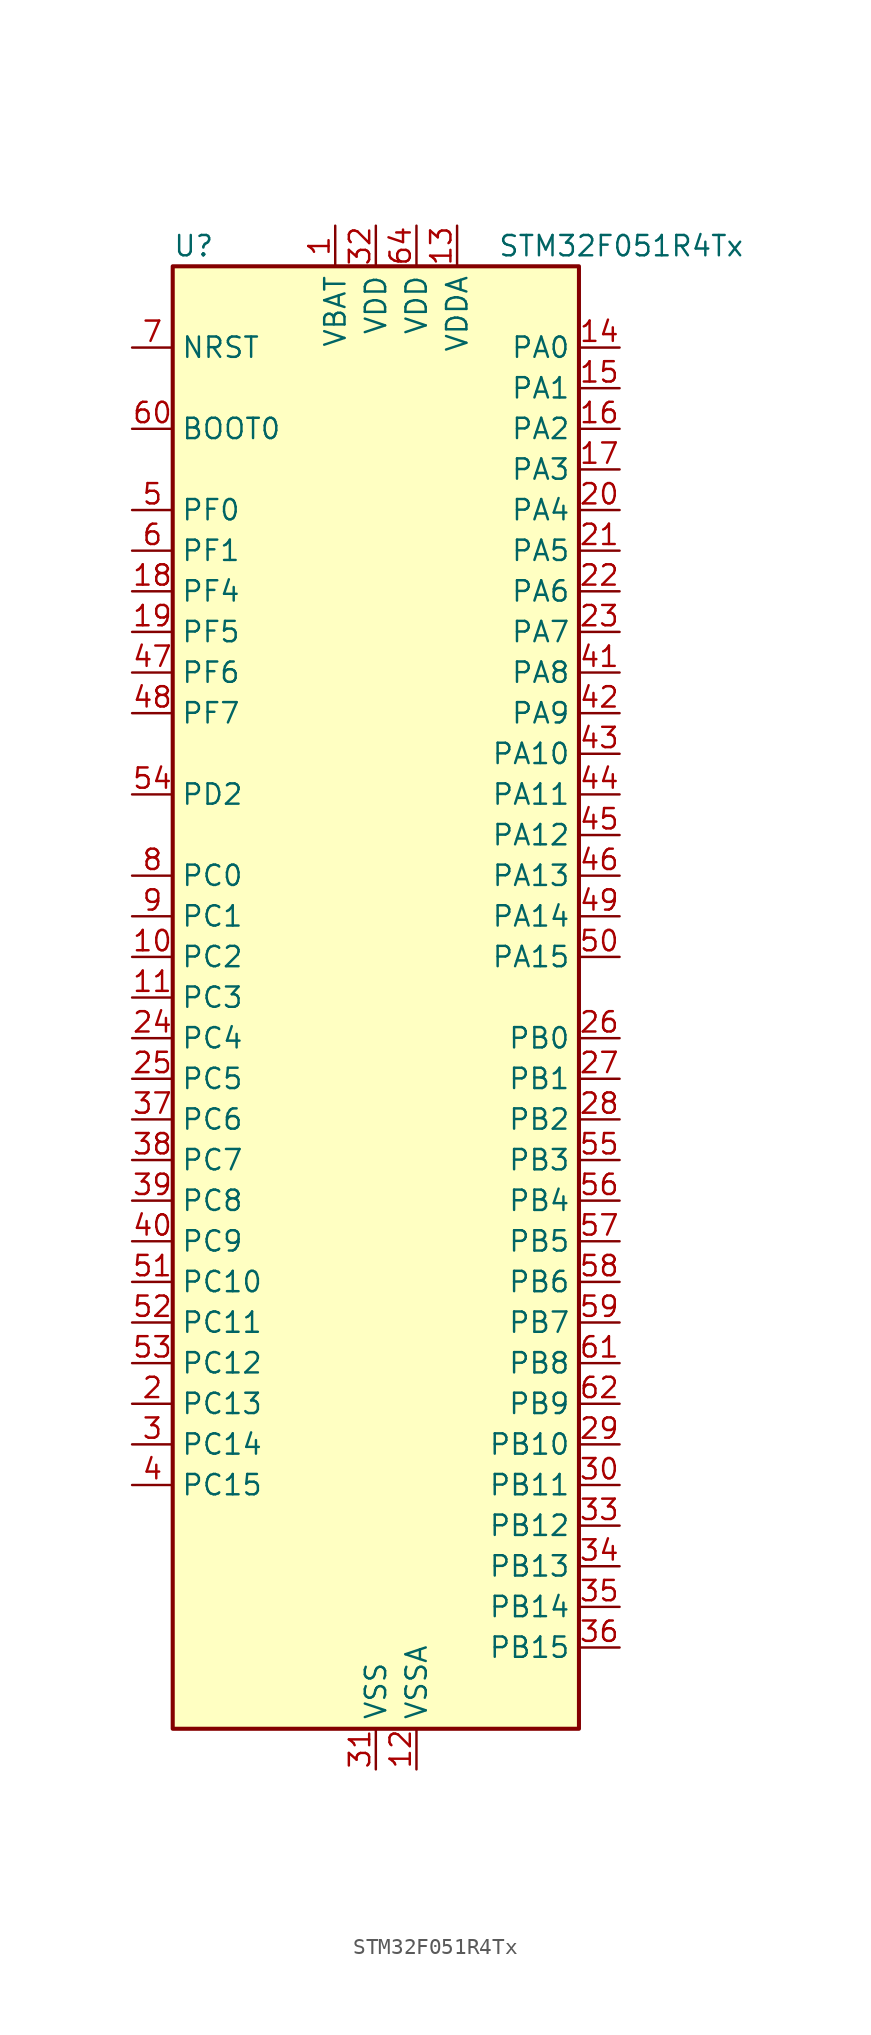
<source format=kicad_sym>
(kicad_symbol_lib
  (version 20241209)
  (generator "kicad_symbol_editor")
  (generator_version "9.0")
  (symbol "STM32F051R4Tx"
    (property "Reference" "U"
      (at -12.7 46.99 0)
      (effects (font (size 1.27 1.27)) (justify left)))
    (property "Value" "STM32F051R4Tx"
      (at 7.62 46.99 0)
      (effects (font (size 1.27 1.27)) (justify left)))
    (symbol "STM32F051R4Tx_0_1"
      (rectangle (start -12.7 -45.72) (end 12.7 45.72) (stroke (width 0.254) (type default)) (fill (type background))))
    (symbol "STM32F051R4Tx_1_1"
      (pin input line (at -15.24 40.64 0) (length 2.54) (name "NRST" (effects (font (size 1.27 1.27)))) (number "7" (effects (font (size 1.27 1.27)))))
      (pin input line (at -15.24 35.56 0) (length 2.54) (name "BOOT0" (effects (font (size 1.27 1.27)))) (number "60" (effects (font (size 1.27 1.27)))))
      (pin bidirectional line (at -15.24 30.48 0) (length 2.54) (name "PF0" (effects (font (size 1.27 1.27)))) (number "5" (effects (font (size 1.27 1.27)))) (alternate "RCC_OSC_IN" bidirectional line))
      (pin bidirectional line (at -15.24 27.94 0) (length 2.54) (name "PF1" (effects (font (size 1.27 1.27)))) (number "6" (effects (font (size 1.27 1.27)))) (alternate "RCC_OSC_OUT" bidirectional line))
      (pin bidirectional line (at -15.24 25.4 0) (length 2.54) (name "PF4" (effects (font (size 1.27 1.27)))) (number "18" (effects (font (size 1.27 1.27)))))
      (pin bidirectional line (at -15.24 22.86 0) (length 2.54) (name "PF5" (effects (font (size 1.27 1.27)))) (number "19" (effects (font (size 1.27 1.27)))))
      (pin bidirectional line (at -15.24 20.32 0) (length 2.54) (name "PF6" (effects (font (size 1.27 1.27)))) (number "47" (effects (font (size 1.27 1.27)))))
      (pin bidirectional line (at -15.24 17.78 0) (length 2.54) (name "PF7" (effects (font (size 1.27 1.27)))) (number "48" (effects (font (size 1.27 1.27)))))
      (pin bidirectional line (at -15.24 12.7 0) (length 2.54) (name "PD2" (effects (font (size 1.27 1.27)))) (number "54" (effects (font (size 1.27 1.27)))) (alternate "TIM3_ETR" bidirectional line))
      (pin bidirectional line (at -15.24 7.62 0) (length 2.54) (name "PC0" (effects (font (size 1.27 1.27)))) (number "8" (effects (font (size 1.27 1.27)))) (alternate "ADC_IN10" bidirectional line))
      (pin bidirectional line (at -15.24 5.08 0) (length 2.54) (name "PC1" (effects (font (size 1.27 1.27)))) (number "9" (effects (font (size 1.27 1.27)))) (alternate "ADC_IN11" bidirectional line))
      (pin bidirectional line (at -15.24 2.54 0) (length 2.54) (name "PC2" (effects (font (size 1.27 1.27)))) (number "10" (effects (font (size 1.27 1.27)))) (alternate "ADC_IN12" bidirectional line))
      (pin bidirectional line (at -15.24 0 0) (length 2.54) (name "PC3" (effects (font (size 1.27 1.27)))) (number "11" (effects (font (size 1.27 1.27)))) (alternate "ADC_IN13" bidirectional line))
      (pin bidirectional line (at -15.24 -2.54 0) (length 2.54) (name "PC4" (effects (font (size 1.27 1.27)))) (number "24" (effects (font (size 1.27 1.27)))) (alternate "ADC_IN14" bidirectional line))
      (pin bidirectional line (at -15.24 -5.08 0) (length 2.54) (name "PC5" (effects (font (size 1.27 1.27)))) (number "25" (effects (font (size 1.27 1.27)))) (alternate "ADC_IN15" bidirectional line) (alternate "TSC_G3_IO1" bidirectional line))
      (pin bidirectional line (at -15.24 -7.62 0) (length 2.54) (name "PC6" (effects (font (size 1.27 1.27)))) (number "37" (effects (font (size 1.27 1.27)))) (alternate "TIM3_CH1" bidirectional line))
      (pin bidirectional line (at -15.24 -10.16 0) (length 2.54) (name "PC7" (effects (font (size 1.27 1.27)))) (number "38" (effects (font (size 1.27 1.27)))) (alternate "TIM3_CH2" bidirectional line))
      (pin bidirectional line (at -15.24 -12.7 0) (length 2.54) (name "PC8" (effects (font (size 1.27 1.27)))) (number "39" (effects (font (size 1.27 1.27)))) (alternate "TIM3_CH3" bidirectional line))
      (pin bidirectional line (at -15.24 -15.24 0) (length 2.54) (name "PC9" (effects (font (size 1.27 1.27)))) (number "40" (effects (font (size 1.27 1.27)))) (alternate "DAC1_EXTI9" bidirectional line) (alternate "TIM3_CH4" bidirectional line))
      (pin bidirectional line (at -15.24 -17.78 0) (length 2.54) (name "PC10" (effects (font (size 1.27 1.27)))) (number "51" (effects (font (size 1.27 1.27)))))
      (pin bidirectional line (at -15.24 -20.32 0) (length 2.54) (name "PC11" (effects (font (size 1.27 1.27)))) (number "52" (effects (font (size 1.27 1.27)))))
      (pin bidirectional line (at -15.24 -22.86 0) (length 2.54) (name "PC12" (effects (font (size 1.27 1.27)))) (number "53" (effects (font (size 1.27 1.27)))))
      (pin bidirectional line (at -15.24 -25.4 0) (length 2.54) (name "PC13" (effects (font (size 1.27 1.27)))) (number "2" (effects (font (size 1.27 1.27)))) (alternate "RTC_OUT_ALARM" bidirectional line) (alternate "RTC_OUT_CALIB" bidirectional line) (alternate "RTC_TAMP1" bidirectional line) (alternate "RTC_TS" bidirectional line) (alternate "SYS_WKUP2" bidirectional line))
      (pin bidirectional line (at -15.24 -27.94 0) (length 2.54) (name "PC14" (effects (font (size 1.27 1.27)))) (number "3" (effects (font (size 1.27 1.27)))) (alternate "RCC_OSC32_IN" bidirectional line))
      (pin bidirectional line (at -15.24 -30.48 0) (length 2.54) (name "PC15" (effects (font (size 1.27 1.27)))) (number "4" (effects (font (size 1.27 1.27)))) (alternate "RCC_OSC32_OUT" bidirectional line))
      (pin power_in line (at -2.54 48.26 270) (length 2.54) (name "VBAT" (effects (font (size 1.27 1.27)))) (number "1" (effects (font (size 1.27 1.27)))))
      (pin power_in line (at 0 48.26 270) (length 2.54) (name "VDD" (effects (font (size 1.27 1.27)))) (number "32" (effects (font (size 1.27 1.27)))))
      (pin power_in line (at 0 -48.26 90) (length 2.54) (name "VSS" (effects (font (size 1.27 1.27)))) (number "31" (effects (font (size 1.27 1.27)))))
      (pin passive line (at 0 -48.26 90) (length 2.54) (hide yes) (name "VSS" (effects (font (size 1.27 1.27)))) (number "63" (effects (font (size 1.27 1.27)))))
      (pin power_in line (at 2.54 48.26 270) (length 2.54) (name "VDD" (effects (font (size 1.27 1.27)))) (number "64" (effects (font (size 1.27 1.27)))))
      (pin power_in line (at 2.54 -48.26 90) (length 2.54) (name "VSSA" (effects (font (size 1.27 1.27)))) (number "12" (effects (font (size 1.27 1.27)))))
      (pin power_in line (at 5.08 48.26 270) (length 2.54) (name "VDDA" (effects (font (size 1.27 1.27)))) (number "13" (effects (font (size 1.27 1.27)))))
      (pin bidirectional line (at 15.24 40.64 180) (length 2.54) (name "PA0" (effects (font (size 1.27 1.27)))) (number "14" (effects (font (size 1.27 1.27)))) (alternate "ADC_IN0" bidirectional line) (alternate "COMP1_INM" bidirectional line) (alternate "COMP1_OUT" bidirectional line) (alternate "RTC_TAMP2" bidirectional line) (alternate "SYS_WKUP1" bidirectional line) (alternate "TIM2_CH1" bidirectional line) (alternate "TIM2_ETR" bidirectional line) (alternate "TSC_G1_IO1" bidirectional line))
      (pin bidirectional line (at 15.24 38.1 180) (length 2.54) (name "PA1" (effects (font (size 1.27 1.27)))) (number "15" (effects (font (size 1.27 1.27)))) (alternate "ADC_IN1" bidirectional line) (alternate "COMP1_INP" bidirectional line) (alternate "TIM2_CH2" bidirectional line) (alternate "TSC_G1_IO2" bidirectional line))
      (pin bidirectional line (at 15.24 35.56 180) (length 2.54) (name "PA2" (effects (font (size 1.27 1.27)))) (number "16" (effects (font (size 1.27 1.27)))) (alternate "ADC_IN2" bidirectional line) (alternate "COMP2_INM" bidirectional line) (alternate "COMP2_OUT" bidirectional line) (alternate "TIM15_CH1" bidirectional line) (alternate "TIM2_CH3" bidirectional line) (alternate "TSC_G1_IO3" bidirectional line))
      (pin bidirectional line (at 15.24 33.02 180) (length 2.54) (name "PA3" (effects (font (size 1.27 1.27)))) (number "17" (effects (font (size 1.27 1.27)))) (alternate "ADC_IN3" bidirectional line) (alternate "COMP2_INP" bidirectional line) (alternate "TIM15_CH2" bidirectional line) (alternate "TIM2_CH4" bidirectional line) (alternate "TSC_G1_IO4" bidirectional line))
      (pin bidirectional line (at 15.24 30.48 180) (length 2.54) (name "PA4" (effects (font (size 1.27 1.27)))) (number "20" (effects (font (size 1.27 1.27)))) (alternate "ADC_IN4" bidirectional line) (alternate "COMP1_INM" bidirectional line) (alternate "COMP2_INM" bidirectional line) (alternate "DAC1_OUT1" bidirectional line) (alternate "I2S1_WS" bidirectional line) (alternate "SPI1_NSS" bidirectional line) (alternate "TIM14_CH1" bidirectional line) (alternate "TSC_G2_IO1" bidirectional line))
      (pin bidirectional line (at 15.24 27.94 180) (length 2.54) (name "PA5" (effects (font (size 1.27 1.27)))) (number "21" (effects (font (size 1.27 1.27)))) (alternate "ADC_IN5" bidirectional line) (alternate "CEC" bidirectional line) (alternate "COMP1_INM" bidirectional line) (alternate "COMP2_INM" bidirectional line) (alternate "I2S1_CK" bidirectional line) (alternate "SPI1_SCK" bidirectional line) (alternate "TIM2_CH1" bidirectional line) (alternate "TIM2_ETR" bidirectional line) (alternate "TSC_G2_IO2" bidirectional line))
      (pin bidirectional line (at 15.24 25.4 180) (length 2.54) (name "PA6" (effects (font (size 1.27 1.27)))) (number "22" (effects (font (size 1.27 1.27)))) (alternate "ADC_IN6" bidirectional line) (alternate "COMP1_OUT" bidirectional line) (alternate "I2S1_MCK" bidirectional line) (alternate "SPI1_MISO" bidirectional line) (alternate "TIM16_CH1" bidirectional line) (alternate "TIM1_BKIN" bidirectional line) (alternate "TIM3_CH1" bidirectional line) (alternate "TSC_G2_IO3" bidirectional line))
      (pin bidirectional line (at 15.24 22.86 180) (length 2.54) (name "PA7" (effects (font (size 1.27 1.27)))) (number "23" (effects (font (size 1.27 1.27)))) (alternate "ADC_IN7" bidirectional line) (alternate "COMP2_OUT" bidirectional line) (alternate "I2S1_SD" bidirectional line) (alternate "SPI1_MOSI" bidirectional line) (alternate "TIM14_CH1" bidirectional line) (alternate "TIM17_CH1" bidirectional line) (alternate "TIM1_CH1N" bidirectional line) (alternate "TIM3_CH2" bidirectional line) (alternate "TSC_G2_IO4" bidirectional line))
      (pin bidirectional line (at 15.24 20.32 180) (length 2.54) (name "PA8" (effects (font (size 1.27 1.27)))) (number "41" (effects (font (size 1.27 1.27)))) (alternate "RCC_MCO" bidirectional line) (alternate "TIM1_CH1" bidirectional line) (alternate "USART1_CK" bidirectional line))
      (pin bidirectional line (at 15.24 17.78 180) (length 2.54) (name "PA9" (effects (font (size 1.27 1.27)))) (number "42" (effects (font (size 1.27 1.27)))) (alternate "DAC1_EXTI9" bidirectional line) (alternate "TIM15_BKIN" bidirectional line) (alternate "TIM1_CH2" bidirectional line) (alternate "TSC_G4_IO1" bidirectional line) (alternate "USART1_TX" bidirectional line))
      (pin bidirectional line (at 15.24 15.24 180) (length 2.54) (name "PA10" (effects (font (size 1.27 1.27)))) (number "43" (effects (font (size 1.27 1.27)))) (alternate "TIM17_BKIN" bidirectional line) (alternate "TIM1_CH3" bidirectional line) (alternate "TSC_G4_IO2" bidirectional line) (alternate "USART1_RX" bidirectional line))
      (pin bidirectional line (at 15.24 12.7 180) (length 2.54) (name "PA11" (effects (font (size 1.27 1.27)))) (number "44" (effects (font (size 1.27 1.27)))) (alternate "COMP1_OUT" bidirectional line) (alternate "TIM1_CH4" bidirectional line) (alternate "TSC_G4_IO3" bidirectional line) (alternate "USART1_CTS" bidirectional line))
      (pin bidirectional line (at 15.24 10.16 180) (length 2.54) (name "PA12" (effects (font (size 1.27 1.27)))) (number "45" (effects (font (size 1.27 1.27)))) (alternate "COMP2_OUT" bidirectional line) (alternate "TIM1_ETR" bidirectional line) (alternate "TSC_G4_IO4" bidirectional line) (alternate "USART1_DE" bidirectional line) (alternate "USART1_RTS" bidirectional line))
      (pin bidirectional line (at 15.24 7.62 180) (length 2.54) (name "PA13" (effects (font (size 1.27 1.27)))) (number "46" (effects (font (size 1.27 1.27)))) (alternate "IR_OUT" bidirectional line) (alternate "SYS_SWDIO" bidirectional line))
      (pin bidirectional line (at 15.24 5.08 180) (length 2.54) (name "PA14" (effects (font (size 1.27 1.27)))) (number "49" (effects (font (size 1.27 1.27)))) (alternate "SYS_SWCLK" bidirectional line))
      (pin bidirectional line (at 15.24 2.54 180) (length 2.54) (name "PA15" (effects (font (size 1.27 1.27)))) (number "50" (effects (font (size 1.27 1.27)))) (alternate "I2S1_WS" bidirectional line) (alternate "SPI1_NSS" bidirectional line) (alternate "TIM2_CH1" bidirectional line) (alternate "TIM2_ETR" bidirectional line))
      (pin bidirectional line (at 15.24 -2.54 180) (length 2.54) (name "PB0" (effects (font (size 1.27 1.27)))) (number "26" (effects (font (size 1.27 1.27)))) (alternate "ADC_IN8" bidirectional line) (alternate "TIM1_CH2N" bidirectional line) (alternate "TIM3_CH3" bidirectional line) (alternate "TSC_G3_IO2" bidirectional line))
      (pin bidirectional line (at 15.24 -5.08 180) (length 2.54) (name "PB1" (effects (font (size 1.27 1.27)))) (number "27" (effects (font (size 1.27 1.27)))) (alternate "ADC_IN9" bidirectional line) (alternate "TIM14_CH1" bidirectional line) (alternate "TIM1_CH3N" bidirectional line) (alternate "TIM3_CH4" bidirectional line) (alternate "TSC_G3_IO3" bidirectional line))
      (pin bidirectional line (at 15.24 -7.62 180) (length 2.54) (name "PB2" (effects (font (size 1.27 1.27)))) (number "28" (effects (font (size 1.27 1.27)))) (alternate "TSC_G3_IO4" bidirectional line))
      (pin bidirectional line (at 15.24 -10.16 180) (length 2.54) (name "PB3" (effects (font (size 1.27 1.27)))) (number "55" (effects (font (size 1.27 1.27)))) (alternate "I2S1_CK" bidirectional line) (alternate "SPI1_SCK" bidirectional line) (alternate "TIM2_CH2" bidirectional line) (alternate "TSC_G5_IO1" bidirectional line))
      (pin bidirectional line (at 15.24 -12.7 180) (length 2.54) (name "PB4" (effects (font (size 1.27 1.27)))) (number "56" (effects (font (size 1.27 1.27)))) (alternate "I2S1_MCK" bidirectional line) (alternate "SPI1_MISO" bidirectional line) (alternate "TIM3_CH1" bidirectional line) (alternate "TSC_G5_IO2" bidirectional line))
      (pin bidirectional line (at 15.24 -15.24 180) (length 2.54) (name "PB5" (effects (font (size 1.27 1.27)))) (number "57" (effects (font (size 1.27 1.27)))) (alternate "I2C1_SMBA" bidirectional line) (alternate "I2S1_SD" bidirectional line) (alternate "SPI1_MOSI" bidirectional line) (alternate "TIM16_BKIN" bidirectional line) (alternate "TIM3_CH2" bidirectional line))
      (pin bidirectional line (at 15.24 -17.78 180) (length 2.54) (name "PB6" (effects (font (size 1.27 1.27)))) (number "58" (effects (font (size 1.27 1.27)))) (alternate "I2C1_SCL" bidirectional line) (alternate "TIM16_CH1N" bidirectional line) (alternate "TSC_G5_IO3" bidirectional line) (alternate "USART1_TX" bidirectional line))
      (pin bidirectional line (at 15.24 -20.32 180) (length 2.54) (name "PB7" (effects (font (size 1.27 1.27)))) (number "59" (effects (font (size 1.27 1.27)))) (alternate "I2C1_SDA" bidirectional line) (alternate "TIM17_CH1N" bidirectional line) (alternate "TSC_G5_IO4" bidirectional line) (alternate "USART1_RX" bidirectional line))
      (pin bidirectional line (at 15.24 -22.86 180) (length 2.54) (name "PB8" (effects (font (size 1.27 1.27)))) (number "61" (effects (font (size 1.27 1.27)))) (alternate "CEC" bidirectional line) (alternate "I2C1_SCL" bidirectional line) (alternate "TIM16_CH1" bidirectional line) (alternate "TSC_SYNC" bidirectional line))
      (pin bidirectional line (at 15.24 -25.4 180) (length 2.54) (name "PB9" (effects (font (size 1.27 1.27)))) (number "62" (effects (font (size 1.27 1.27)))) (alternate "DAC1_EXTI9" bidirectional line) (alternate "I2C1_SDA" bidirectional line) (alternate "IR_OUT" bidirectional line) (alternate "TIM17_CH1" bidirectional line))
      (pin bidirectional line (at 15.24 -27.94 180) (length 2.54) (name "PB10" (effects (font (size 1.27 1.27)))) (number "29" (effects (font (size 1.27 1.27)))) (alternate "CEC" bidirectional line) (alternate "TIM2_CH3" bidirectional line) (alternate "TSC_SYNC" bidirectional line))
      (pin bidirectional line (at 15.24 -30.48 180) (length 2.54) (name "PB11" (effects (font (size 1.27 1.27)))) (number "30" (effects (font (size 1.27 1.27)))) (alternate "TIM2_CH4" bidirectional line) (alternate "TSC_G6_IO1" bidirectional line))
      (pin bidirectional line (at 15.24 -33.02 180) (length 2.54) (name "PB12" (effects (font (size 1.27 1.27)))) (number "33" (effects (font (size 1.27 1.27)))) (alternate "SPI2_NSS" bidirectional line) (alternate "TIM1_BKIN" bidirectional line) (alternate "TSC_G6_IO2" bidirectional line))
      (pin bidirectional line (at 15.24 -35.56 180) (length 2.54) (name "PB13" (effects (font (size 1.27 1.27)))) (number "34" (effects (font (size 1.27 1.27)))) (alternate "SPI2_SCK" bidirectional line) (alternate "TIM1_CH1N" bidirectional line) (alternate "TSC_G6_IO3" bidirectional line))
      (pin bidirectional line (at 15.24 -38.1 180) (length 2.54) (name "PB14" (effects (font (size 1.27 1.27)))) (number "35" (effects (font (size 1.27 1.27)))) (alternate "SPI2_MISO" bidirectional line) (alternate "TIM15_CH1" bidirectional line) (alternate "TIM1_CH2N" bidirectional line) (alternate "TSC_G6_IO4" bidirectional line))
      (pin bidirectional line (at 15.24 -40.64 180) (length 2.54) (name "PB15" (effects (font (size 1.27 1.27)))) (number "36" (effects (font (size 1.27 1.27)))) (alternate "RTC_REFIN" bidirectional line) (alternate "SPI2_MOSI" bidirectional line) (alternate "TIM15_CH1N" bidirectional line) (alternate "TIM15_CH2" bidirectional line) (alternate "TIM1_CH3N" bidirectional line)))))
</source>
